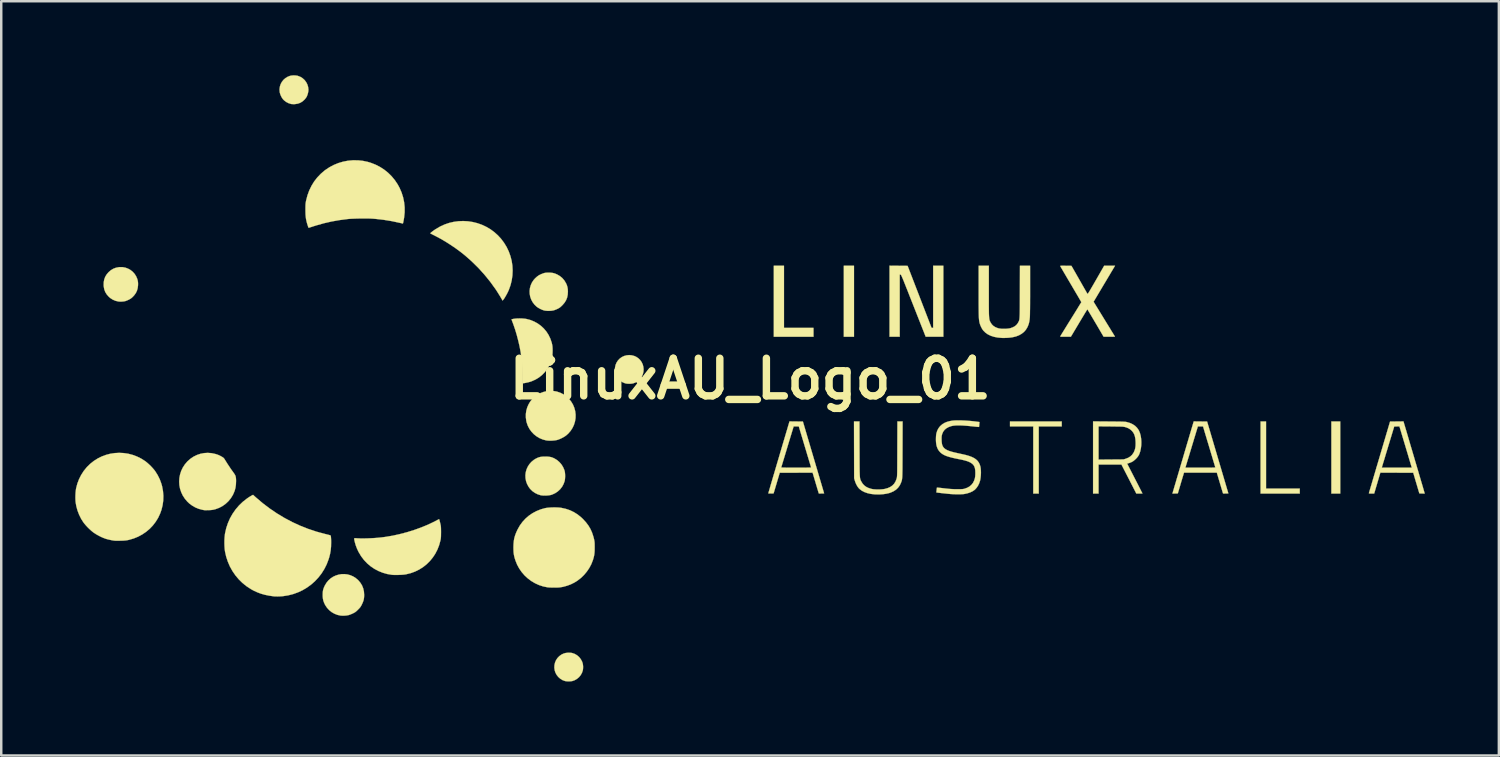
<source format=kicad_pcb>
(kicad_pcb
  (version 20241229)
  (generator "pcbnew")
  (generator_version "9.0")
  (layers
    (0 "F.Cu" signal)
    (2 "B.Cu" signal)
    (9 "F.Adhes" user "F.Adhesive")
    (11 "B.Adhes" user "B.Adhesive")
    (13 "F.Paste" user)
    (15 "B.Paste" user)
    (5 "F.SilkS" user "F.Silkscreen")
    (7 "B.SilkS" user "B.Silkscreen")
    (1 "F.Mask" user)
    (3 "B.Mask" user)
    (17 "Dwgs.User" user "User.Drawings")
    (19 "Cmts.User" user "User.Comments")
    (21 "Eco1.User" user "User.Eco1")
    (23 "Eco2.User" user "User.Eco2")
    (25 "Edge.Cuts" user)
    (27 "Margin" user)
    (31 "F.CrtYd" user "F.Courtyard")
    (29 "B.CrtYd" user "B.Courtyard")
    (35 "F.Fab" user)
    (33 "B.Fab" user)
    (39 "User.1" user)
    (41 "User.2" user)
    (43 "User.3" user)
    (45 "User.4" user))
  (footprint "LinuxAU_Logo_01"
    (layer "F.Cu")
    (at 27.352 12.301)
    (property "Reference" "LinuxAU_Logo_01" (at 0 0 0) (layer "F.SilkS") (effects (font (size 1.524 1.524) (thickness 0.3))))
    (attr through_hole)
    (fp_poly (pts (xy -11.603 -9.466) (xy -11.562 -9.46) (xy -11.406 -9.424) (xy -11.258 -9.37) (xy -11.12 -9.298) (xy -10.992 -9.21) (xy -10.876 -9.107) (xy -10.773 -8.991) (xy -10.686 -8.862) (xy -10.614 -8.723) (xy -10.56 -8.574) (xy -10.535 -8.474) (xy -10.522 -8.387) (xy -10.515 -8.288) (xy -10.514 -8.184) (xy -10.518 -8.084) (xy -10.529 -7.996) (xy -10.529 -7.991) (xy -10.566 -7.84) (xy -10.622 -7.695) (xy -10.696 -7.559) (xy -10.785 -7.433) (xy -10.889 -7.318) (xy -11.006 -7.217) (xy -11.135 -7.13) (xy -11.274 -7.06) (xy -11.421 -7.008) (xy -11.435 -7.004) (xy -11.585 -6.973) (xy -11.733 -6.96) (xy -11.886 -6.965) (xy -11.914 -6.968) (xy -12.061 -6.994) (xy -12.207 -7.039) (xy -12.347 -7.102) (xy -12.479 -7.181) (xy -12.601 -7.274) (xy -12.709 -7.381) (xy -12.781 -7.471) (xy -12.869 -7.609) (xy -12.936 -7.749) (xy -12.984 -7.895) (xy -13.013 -8.047) (xy -13.023 -8.21) (xy -13.023 -8.222) (xy -13.013 -8.382) (xy -12.984 -8.536) (xy -12.937 -8.683) (xy -12.873 -8.82) (xy -12.794 -8.947) (xy -12.701 -9.063) (xy -12.596 -9.167) (xy -12.478 -9.258) (xy -12.351 -9.335) (xy -12.214 -9.396) (xy -12.07 -9.441) (xy -11.919 -9.468) (xy -11.763 -9.477) (xy -11.603 -9.466)) (stroke (width 0.01) (type solid)) (fill yes) (layer "F.Mask"))
    (fp_poly (pts (xy -5.412 1.344) (xy -5.304 1.355) (xy -5.202 1.374) (xy -5.097 1.403) (xy -5.061 1.415) (xy -4.901 1.479) (xy -4.751 1.561) (xy -4.612 1.66) (xy -4.486 1.774) (xy -4.374 1.901) (xy -4.276 2.04) (xy -4.195 2.191) (xy -4.132 2.35) (xy -4.087 2.518) (xy -4.08 2.552) (xy -4.07 2.627) (xy -4.064 2.716) (xy -4.062 2.811) (xy -4.063 2.906) (xy -4.069 2.994) (xy -4.079 3.069) (xy -4.081 3.075) (xy -4.125 3.249) (xy -4.187 3.413) (xy -4.265 3.566) (xy -4.36 3.708) (xy -4.47 3.836) (xy -4.593 3.951) (xy -4.728 4.05) (xy -4.875 4.134) (xy -5.033 4.2) (xy -5.2 4.249) (xy -5.357 4.277) (xy -5.418 4.282) (xy -5.491 4.285) (xy -5.566 4.286) (xy -5.637 4.284) (xy -5.686 4.281) (xy -5.861 4.252) (xy -6.029 4.203) (xy -6.189 4.134) (xy -6.34 4.048) (xy -6.48 3.942) (xy -6.575 3.855) (xy -6.691 3.724) (xy -6.789 3.586) (xy -6.868 3.441) (xy -6.929 3.291) (xy -6.973 3.137) (xy -6.999 2.981) (xy -7.008 2.824) (xy -7.001 2.668) (xy -6.977 2.514) (xy -6.938 2.362) (xy -6.883 2.216) (xy -6.812 2.076) (xy -6.727 1.944) (xy -6.627 1.82) (xy -6.513 1.707) (xy -6.384 1.606) (xy -6.243 1.519) (xy -6.087 1.446) (xy -6 1.413) (xy -5.893 1.381) (xy -5.791 1.359) (xy -5.686 1.346) (xy -5.571 1.341) (xy -5.532 1.341) (xy -5.412 1.344)) (stroke (width 0.01) (type solid)) (fill yes) (layer "F.Mask"))
    (fp_poly (pts (xy -11.34 7.234) (xy -11.265 7.239) (xy -11.247 7.241) (xy -11.051 7.275) (xy -10.862 7.328) (xy -10.681 7.399) (xy -10.509 7.487) (xy -10.347 7.592) (xy -10.197 7.712) (xy -10.059 7.845) (xy -9.935 7.992) (xy -9.826 8.151) (xy -9.733 8.32) (xy -9.657 8.5) (xy -9.6 8.688) (xy -9.589 8.736) (xy -9.554 8.939) (xy -9.54 9.141) (xy -9.548 9.341) (xy -9.576 9.538) (xy -9.625 9.732) (xy -9.695 9.923) (xy -9.751 10.044) (xy -9.852 10.22) (xy -9.968 10.382) (xy -10.1 10.53) (xy -10.247 10.664) (xy -10.408 10.783) (xy -10.583 10.885) (xy -10.625 10.906) (xy -10.811 10.986) (xy -11.003 11.045) (xy -11.2 11.084) (xy -11.401 11.103) (xy -11.605 11.101) (xy -11.676 11.095) (xy -11.864 11.067) (xy -12.05 11.019) (xy -12.232 10.952) (xy -12.407 10.868) (xy -12.572 10.768) (xy -12.726 10.653) (xy -12.866 10.524) (xy -12.944 10.44) (xy -13.065 10.282) (xy -13.171 10.114) (xy -13.259 9.937) (xy -13.328 9.754) (xy -13.378 9.566) (xy -13.405 9.403) (xy -13.412 9.313) (xy -13.414 9.211) (xy -13.413 9.102) (xy -13.407 8.993) (xy -13.397 8.891) (xy -13.384 8.8) (xy -13.379 8.771) (xy -13.327 8.575) (xy -13.256 8.388) (xy -13.168 8.212) (xy -13.064 8.046) (xy -12.944 7.893) (xy -12.809 7.754) (xy -12.66 7.628) (xy -12.499 7.517) (xy -12.326 7.422) (xy -12.142 7.344) (xy -11.948 7.284) (xy -11.852 7.262) (xy -11.787 7.252) (xy -11.706 7.243) (xy -11.616 7.237) (xy -11.521 7.234) (xy -11.427 7.233) (xy -11.34 7.234)) (stroke (width 0.01) (type solid)) (fill yes) (layer "F.Mask"))
    (fp_poly (pts (xy -21.751 -10.513) (xy -21.668 -10.51) (xy -21.598 -10.505) (xy -21.578 -10.503) (xy -21.358 -10.466) (xy -21.146 -10.409) (xy -20.94 -10.332) (xy -20.743 -10.236) (xy -20.554 -10.12) (xy -20.416 -10.019) (xy -20.359 -9.971) (xy -20.294 -9.911) (xy -20.225 -9.842) (xy -20.157 -9.771) (xy -20.094 -9.701) (xy -20.04 -9.637) (xy -20.02 -9.61) (xy -19.899 -9.431) (xy -19.797 -9.245) (xy -19.714 -9.052) (xy -19.65 -8.854) (xy -19.604 -8.652) (xy -19.577 -8.448) (xy -19.568 -8.243) (xy -19.577 -8.038) (xy -19.604 -7.835) (xy -19.65 -7.635) (xy -19.713 -7.44) (xy -19.795 -7.25) (xy -19.894 -7.068) (xy -20.011 -6.894) (xy -20.145 -6.73) (xy -20.222 -6.649) (xy -20.387 -6.498) (xy -20.561 -6.367) (xy -20.745 -6.254) (xy -20.938 -6.159) (xy -21.14 -6.084) (xy -21.349 -6.028) (xy -21.565 -5.992) (xy -21.788 -5.976) (xy -22.017 -5.979) (xy -22.07 -5.983) (xy -22.284 -6.01) (xy -22.492 -6.057) (xy -22.695 -6.123) (xy -22.889 -6.208) (xy -23.075 -6.311) (xy -23.251 -6.431) (xy -23.415 -6.567) (xy -23.567 -6.719) (xy -23.706 -6.885) (xy -23.818 -7.048) (xy -23.914 -7.219) (xy -23.996 -7.402) (xy -24.062 -7.595) (xy -24.113 -7.793) (xy -24.136 -7.926) (xy -24.145 -8.01) (xy -24.151 -8.108) (xy -24.154 -8.214) (xy -24.153 -8.321) (xy -24.15 -8.424) (xy -24.143 -8.516) (xy -24.136 -8.571) (xy -24.101 -8.753) (xy -24.055 -8.924) (xy -23.995 -9.09) (xy -23.928 -9.24) (xy -23.824 -9.431) (xy -23.703 -9.61) (xy -23.567 -9.775) (xy -23.417 -9.925) (xy -23.254 -10.061) (xy -23.079 -10.18) (xy -22.893 -10.283) (xy -22.697 -10.368) (xy -22.493 -10.434) (xy -22.281 -10.482) (xy -22.178 -10.497) (xy -22.11 -10.504) (xy -22.028 -10.509) (xy -21.937 -10.512) (xy -21.843 -10.513) (xy -21.751 -10.513)) (stroke (width 0.01) (type solid)) (fill yes) (layer "F.Mask"))
    (fp_poly (pts (xy -23.947 -2.757) (xy -23.855 -2.754) (xy -23.774 -2.75) (xy -23.717 -2.744) (xy -23.477 -2.703) (xy -23.247 -2.642) (xy -23.027 -2.563) (xy -22.816 -2.465) (xy -22.614 -2.348) (xy -22.419 -2.211) (xy -22.26 -2.079) (xy -22.215 -2.037) (xy -22.168 -1.99) (xy -22.12 -1.941) (xy -22.074 -1.891) (xy -22.033 -1.845) (xy -21.998 -1.804) (xy -21.973 -1.771) (xy -21.96 -1.749) (xy -21.959 -1.744) (xy -21.961 -1.727) (xy -21.968 -1.695) (xy -21.979 -1.649) (xy -21.992 -1.595) (xy -22 -1.559) (xy -22.08 -1.198) (xy -22.138 -0.838) (xy -22.176 -0.479) (xy -22.192 -0.119) (xy -22.187 0.241) (xy -22.161 0.602) (xy -22.154 0.672) (xy -22.131 0.85) (xy -22.101 1.04) (xy -22.065 1.234) (xy -22.024 1.426) (xy -22.012 1.476) (xy -21.99 1.57) (xy -22.02 1.608) (xy -22.048 1.642) (xy -22.09 1.687) (xy -22.14 1.738) (xy -22.195 1.792) (xy -22.253 1.846) (xy -22.308 1.896) (xy -22.357 1.938) (xy -22.372 1.95) (xy -22.564 2.09) (xy -22.766 2.211) (xy -22.978 2.315) (xy -23.198 2.399) (xy -23.425 2.464) (xy -23.657 2.508) (xy -23.699 2.514) (xy -23.768 2.521) (xy -23.854 2.526) (xy -23.949 2.529) (xy -24.05 2.529) (xy -24.149 2.528) (xy -24.243 2.525) (xy -24.326 2.519) (xy -24.384 2.513) (xy -24.611 2.472) (xy -24.835 2.411) (xy -25.053 2.331) (xy -25.263 2.233) (xy -25.463 2.118) (xy -25.62 2.009) (xy -25.803 1.859) (xy -25.97 1.695) (xy -26.122 1.518) (xy -26.256 1.328) (xy -26.374 1.128) (xy -26.474 0.916) (xy -26.555 0.695) (xy -26.618 0.465) (xy -26.657 0.265) (xy -26.665 0.193) (xy -26.671 0.105) (xy -26.675 0.006) (xy -26.676 -0.098) (xy -26.676 -0.203) (xy -26.672 -0.304) (xy -26.667 -0.395) (xy -26.659 -0.471) (xy -26.657 -0.487) (xy -26.61 -0.726) (xy -26.545 -0.955) (xy -26.462 -1.172) (xy -26.361 -1.379) (xy -26.242 -1.577) (xy -26.103 -1.764) (xy -25.946 -1.943) (xy -25.903 -1.986) (xy -25.728 -2.147) (xy -25.543 -2.29) (xy -25.348 -2.414) (xy -25.143 -2.52) (xy -24.929 -2.607) (xy -24.703 -2.675) (xy -24.467 -2.726) (xy -24.389 -2.738) (xy -24.321 -2.746) (xy -24.237 -2.752) (xy -24.143 -2.755) (xy -24.045 -2.757) (xy -23.947 -2.757)) (stroke (width 0.01) (type solid)) (fill yes) (layer "F.Mask"))
    (fp_poly (pts (xy 4.203 -1.705) (xy 3.79 -1.705) (xy 3.79 -4.584) (xy 4.203 -4.584) (xy 4.203 -1.705)) (stroke (width 0.01) (type solid)) (fill yes) (layer "F.SilkS"))
    (fp_poly (pts (xy 23.907 4.648) (xy 23.547 4.648) (xy 23.547 1.726) (xy 23.907 1.726) (xy 23.907 4.648)) (stroke (width 0.01) (type solid)) (fill yes) (layer "F.SilkS"))
    (fp_poly (pts (xy 1.366 -2.065) (xy 2.562 -2.065) (xy 2.562 -1.705) (xy 0.953 -1.705) (xy 0.953 -4.584) (xy 1.366 -4.584) (xy 1.366 -2.065)) (stroke (width 0.01) (type solid)) (fill yes) (layer "F.SilkS"))
    (fp_poly (pts (xy 20.9 4.447) (xy 22.266 4.447) (xy 22.266 4.648) (xy 20.678 4.648) (xy 20.678 1.726) (xy 20.9 1.726) (xy 20.9 4.447)) (stroke (width 0.01) (type solid)) (fill yes) (layer "F.SilkS"))
    (fp_poly (pts (xy 12.621 1.927) (xy 11.689 1.927) (xy 11.689 4.648) (xy 11.467 4.648) (xy 11.467 1.927) (xy 10.524 1.927) (xy 10.524 1.726) (xy 12.621 1.726) (xy 12.621 1.927)) (stroke (width 0.01) (type solid)) (fill yes) (layer "F.SilkS"))
    (fp_poly (pts (xy 6.376 -4.579) (xy 6.86 -3.325) (xy 7.344 -2.07) (xy 7.378 -2.067) (xy 7.411 -2.063) (xy 7.411 -4.584) (xy 7.824 -4.584) (xy 7.824 -1.705) (xy 7.109 -1.705) (xy 6.612 -2.965) (xy 6.54 -3.148) (xy 6.475 -3.312) (xy 6.417 -3.459) (xy 6.366 -3.59) (xy 6.32 -3.704) (xy 6.281 -3.804) (xy 6.246 -3.89) (xy 6.217 -3.964) (xy 6.191 -4.026) (xy 6.17 -4.077) (xy 6.152 -4.118) (xy 6.138 -4.151) (xy 6.126 -4.177) (xy 6.116 -4.195) (xy 6.109 -4.208) (xy 6.103 -4.217) (xy 6.097 -4.222) (xy 6.093 -4.224) (xy 6.088 -4.224) (xy 6.086 -4.225) (xy 6.056 -4.225) (xy 6.056 -1.705) (xy 5.643 -1.705) (xy 5.643 -4.585) (xy 6.376 -4.579)) (stroke (width 0.01) (type solid)) (fill yes) (layer "F.SilkS"))
    (fp_poly (pts (xy -4.805 -0.954) (xy -4.701 -0.927) (xy -4.626 -0.894) (xy -4.538 -0.836) (xy -4.464 -0.764) (xy -4.404 -0.682) (xy -4.36 -0.59) (xy -4.333 -0.493) (xy -4.322 -0.392) (xy -4.328 -0.289) (xy -4.352 -0.188) (xy -4.394 -0.091) (xy -4.419 -0.05) (xy -4.484 0.029) (xy -4.563 0.096) (xy -4.653 0.15) (xy -4.749 0.185) (xy -4.749 0.185) (xy -4.807 0.195) (xy -4.876 0.2) (xy -4.948 0.199) (xy -5.014 0.193) (xy -5.069 0.182) (xy -5.072 0.181) (xy -5.176 0.137) (xy -5.269 0.078) (xy -5.347 0.004) (xy -5.396 -0.06) (xy -5.443 -0.151) (xy -5.472 -0.252) (xy -5.485 -0.357) (xy -5.48 -0.462) (xy -5.458 -0.564) (xy -5.42 -0.656) (xy -5.361 -0.746) (xy -5.288 -0.822) (xy -5.204 -0.882) (xy -5.111 -0.926) (xy -5.012 -0.953) (xy -4.909 -0.963) (xy -4.805 -0.954)) (stroke (width 0.01) (type solid)) (fill yes) (layer "F.SilkS"))
    (fp_poly (pts (xy -7.235 11.106) (xy -7.21 11.112) (xy -7.107 11.149) (xy -7.015 11.204) (xy -6.934 11.275) (xy -6.867 11.36) (xy -6.815 11.457) (xy -6.792 11.524) (xy -6.78 11.583) (xy -6.774 11.654) (xy -6.775 11.728) (xy -6.782 11.795) (xy -6.787 11.817) (xy -6.821 11.916) (xy -6.873 12.008) (xy -6.94 12.089) (xy -7.021 12.157) (xy -7.113 12.211) (xy -7.207 12.245) (xy -7.26 12.254) (xy -7.324 12.259) (xy -7.393 12.259) (xy -7.457 12.254) (xy -7.509 12.245) (xy -7.511 12.244) (xy -7.61 12.207) (xy -7.7 12.151) (xy -7.78 12.08) (xy -7.846 11.997) (xy -7.896 11.903) (xy -7.925 11.815) (xy -7.94 11.706) (xy -7.935 11.6) (xy -7.912 11.497) (xy -7.871 11.401) (xy -7.813 11.314) (xy -7.74 11.238) (xy -7.654 11.175) (xy -7.562 11.131) (xy -7.488 11.11) (xy -7.403 11.099) (xy -7.316 11.097) (xy -7.235 11.106)) (stroke (width 0.01) (type solid)) (fill yes) (layer "F.SilkS"))
    (fp_poly (pts (xy -18.431 -12.293) (xy -18.359 -12.284) (xy -18.333 -12.277) (xy -18.23 -12.237) (xy -18.139 -12.18) (xy -18.06 -12.108) (xy -17.996 -12.023) (xy -17.947 -11.929) (xy -17.916 -11.826) (xy -17.904 -11.717) (xy -17.904 -11.709) (xy -17.909 -11.648) (xy -17.923 -11.579) (xy -17.943 -11.509) (xy -17.967 -11.447) (xy -17.975 -11.432) (xy -17.998 -11.396) (xy -18.029 -11.354) (xy -18.06 -11.317) (xy -18.142 -11.243) (xy -18.231 -11.188) (xy -18.329 -11.152) (xy -18.437 -11.134) (xy -18.465 -11.132) (xy -18.515 -11.132) (xy -18.561 -11.133) (xy -18.598 -11.136) (xy -18.608 -11.138) (xy -18.71 -11.17) (xy -18.806 -11.22) (xy -18.891 -11.285) (xy -18.935 -11.33) (xy -18.976 -11.387) (xy -19.014 -11.457) (xy -19.045 -11.533) (xy -19.066 -11.605) (xy -19.069 -11.624) (xy -19.076 -11.733) (xy -19.062 -11.839) (xy -19.031 -11.939) (xy -18.982 -12.031) (xy -18.918 -12.113) (xy -18.839 -12.183) (xy -18.748 -12.239) (xy -18.65 -12.277) (xy -18.585 -12.29) (xy -18.509 -12.296) (xy -18.431 -12.293)) (stroke (width 0.01) (type solid)) (fill yes) (layer "F.SilkS"))
    (fp_poly (pts (xy -25.43 -4.526) (xy -25.317 -4.504) (xy -25.21 -4.464) (xy -25.111 -4.408) (xy -25.022 -4.337) (xy -24.946 -4.252) (xy -24.885 -4.155) (xy -24.839 -4.048) (xy -24.822 -3.986) (xy -24.812 -3.927) (xy -24.808 -3.866) (xy -24.809 -3.792) (xy -24.809 -3.792) (xy -24.823 -3.676) (xy -24.852 -3.571) (xy -24.899 -3.475) (xy -24.965 -3.383) (xy -25.016 -3.328) (xy -25.064 -3.283) (xy -25.108 -3.25) (xy -25.158 -3.221) (xy -25.191 -3.204) (xy -25.238 -3.183) (xy -25.284 -3.164) (xy -25.322 -3.151) (xy -25.336 -3.147) (xy -25.401 -3.136) (xy -25.475 -3.13) (xy -25.549 -3.13) (xy -25.609 -3.135) (xy -25.726 -3.163) (xy -25.836 -3.211) (xy -25.938 -3.277) (xy -26.003 -3.336) (xy -26.08 -3.425) (xy -26.138 -3.521) (xy -26.177 -3.625) (xy -26.198 -3.739) (xy -26.202 -3.792) (xy -26.199 -3.917) (xy -26.177 -4.032) (xy -26.137 -4.138) (xy -26.077 -4.236) (xy -26.004 -4.32) (xy -25.912 -4.4) (xy -25.812 -4.461) (xy -25.703 -4.502) (xy -25.584 -4.525) (xy -25.548 -4.528) (xy -25.43 -4.526)) (stroke (width 0.01) (type solid)) (fill yes) (layer "F.SilkS"))
    (fp_poly (pts (xy -7.956 0.496) (xy -7.861 0.511) (xy -7.83 0.519) (xy -7.694 0.565) (xy -7.567 0.63) (xy -7.452 0.711) (xy -7.348 0.808) (xy -7.259 0.919) (xy -7.185 1.041) (xy -7.13 1.174) (xy -7.093 1.312) (xy -7.077 1.452) (xy -7.08 1.592) (xy -7.103 1.73) (xy -7.144 1.863) (xy -7.203 1.989) (xy -7.279 2.107) (xy -7.372 2.215) (xy -7.459 2.293) (xy -7.526 2.34) (xy -7.607 2.386) (xy -7.693 2.428) (xy -7.778 2.462) (xy -7.83 2.478) (xy -7.9 2.492) (xy -7.983 2.501) (xy -8.072 2.506) (xy -8.159 2.505) (xy -8.237 2.499) (xy -8.27 2.494) (xy -8.409 2.457) (xy -8.54 2.402) (xy -8.66 2.33) (xy -8.769 2.244) (xy -8.865 2.143) (xy -8.947 2.03) (xy -9.012 1.907) (xy -9.059 1.775) (xy -9.075 1.71) (xy -9.094 1.566) (xy -9.094 1.424) (xy -9.075 1.287) (xy -9.037 1.155) (xy -8.983 1.031) (xy -8.912 0.915) (xy -8.827 0.81) (xy -8.728 0.717) (xy -8.617 0.638) (xy -8.493 0.573) (xy -8.359 0.525) (xy -8.255 0.502) (xy -8.162 0.491) (xy -8.06 0.49) (xy -7.956 0.496)) (stroke (width 0.01) (type solid)) (fill yes) (layer "F.SilkS"))
    (fp_poly (pts (xy -8.217 3.152) (xy -8.142 3.159) (xy -8.077 3.171) (xy -8.014 3.191) (xy -7.949 3.22) (xy -7.931 3.229) (xy -7.827 3.293) (xy -7.734 3.374) (xy -7.652 3.468) (xy -7.586 3.574) (xy -7.536 3.689) (xy -7.521 3.737) (xy -7.51 3.795) (xy -7.504 3.866) (xy -7.502 3.944) (xy -7.505 4.022) (xy -7.512 4.091) (xy -7.521 4.14) (xy -7.565 4.262) (xy -7.626 4.374) (xy -7.704 4.474) (xy -7.797 4.56) (xy -7.903 4.632) (xy -8.022 4.687) (xy -8.063 4.701) (xy -8.118 4.714) (xy -8.187 4.723) (xy -8.264 4.729) (xy -8.342 4.73) (xy -8.415 4.727) (xy -8.476 4.72) (xy -8.488 4.718) (xy -8.612 4.679) (xy -8.726 4.622) (xy -8.83 4.549) (xy -8.92 4.46) (xy -8.983 4.375) (xy -9.044 4.262) (xy -9.086 4.144) (xy -9.108 4.024) (xy -9.112 3.904) (xy -9.098 3.785) (xy -9.066 3.67) (xy -9.017 3.561) (xy -8.952 3.459) (xy -8.871 3.367) (xy -8.775 3.287) (xy -8.693 3.236) (xy -8.626 3.203) (xy -8.563 3.179) (xy -8.499 3.163) (xy -8.427 3.154) (xy -8.343 3.15) (xy -8.306 3.15) (xy -8.217 3.152)) (stroke (width 0.01) (type solid)) (fill yes) (layer "F.SilkS"))
    (fp_poly (pts (xy -8.088 -4.301) (xy -8.015 -4.293) (xy -7.949 -4.278) (xy -7.882 -4.254) (xy -7.819 -4.226) (xy -7.712 -4.163) (xy -7.617 -4.084) (xy -7.535 -3.989) (xy -7.469 -3.879) (xy -7.464 -3.87) (xy -7.43 -3.792) (xy -7.408 -3.716) (xy -7.395 -3.636) (xy -7.39 -3.545) (xy -7.39 -3.53) (xy -7.398 -3.405) (xy -7.422 -3.291) (xy -7.463 -3.187) (xy -7.523 -3.089) (xy -7.602 -2.995) (xy -7.618 -2.979) (xy -7.664 -2.935) (xy -7.701 -2.902) (xy -7.737 -2.876) (xy -7.776 -2.854) (xy -7.815 -2.834) (xy -7.867 -2.811) (xy -7.922 -2.79) (xy -7.972 -2.774) (xy -7.991 -2.77) (xy -8.059 -2.759) (xy -8.14 -2.755) (xy -8.223 -2.755) (xy -8.301 -2.762) (xy -8.343 -2.769) (xy -8.402 -2.787) (xy -8.47 -2.814) (xy -8.54 -2.849) (xy -8.605 -2.887) (xy -8.658 -2.925) (xy -8.659 -2.926) (xy -8.749 -3.013) (xy -8.822 -3.111) (xy -8.878 -3.217) (xy -8.917 -3.329) (xy -8.938 -3.445) (xy -8.942 -3.562) (xy -8.928 -3.679) (xy -8.896 -3.793) (xy -8.847 -3.902) (xy -8.779 -4.004) (xy -8.719 -4.072) (xy -8.643 -4.141) (xy -8.566 -4.196) (xy -8.481 -4.239) (xy -8.402 -4.27) (xy -8.359 -4.284) (xy -8.323 -4.293) (xy -8.287 -4.299) (xy -8.246 -4.302) (xy -8.192 -4.303) (xy -8.174 -4.303) (xy -8.088 -4.301)) (stroke (width 0.01) (type solid)) (fill yes) (layer "F.SilkS"))
    (fp_poly (pts (xy -16.328 7.925) (xy -16.21 7.956) (xy -16.098 8.004) (xy -15.991 8.07) (xy -15.892 8.154) (xy -15.886 8.159) (xy -15.8 8.261) (xy -15.732 8.371) (xy -15.684 8.49) (xy -15.655 8.618) (xy -15.646 8.754) (xy -15.646 8.756) (xy -15.649 8.844) (xy -15.658 8.92) (xy -15.676 8.993) (xy -15.705 9.069) (xy -15.736 9.137) (xy -15.761 9.186) (xy -15.784 9.226) (xy -15.808 9.26) (xy -15.839 9.296) (xy -15.881 9.339) (xy -15.892 9.35) (xy -15.937 9.394) (xy -15.973 9.427) (xy -16.006 9.452) (xy -16.042 9.474) (xy -16.087 9.497) (xy -16.104 9.506) (xy -16.157 9.529) (xy -16.21 9.551) (xy -16.258 9.568) (xy -16.284 9.575) (xy -16.361 9.589) (xy -16.448 9.596) (xy -16.534 9.597) (xy -16.605 9.592) (xy -16.732 9.564) (xy -16.851 9.517) (xy -16.963 9.453) (xy -17.063 9.372) (xy -17.15 9.278) (xy -17.222 9.171) (xy -17.247 9.123) (xy -17.28 9.047) (xy -17.303 8.977) (xy -17.317 8.907) (xy -17.325 8.829) (xy -17.326 8.751) (xy -17.324 8.666) (xy -17.317 8.596) (xy -17.303 8.532) (xy -17.281 8.467) (xy -17.25 8.396) (xy -17.242 8.38) (xy -17.177 8.269) (xy -17.098 8.172) (xy -17.007 8.089) (xy -16.907 8.022) (xy -16.798 7.971) (xy -16.684 7.935) (xy -16.566 7.915) (xy -16.447 7.912) (xy -16.328 7.925)) (stroke (width 0.01) (type solid)) (fill yes) (layer "F.SilkS"))
    (fp_poly (pts (xy -9.24 -2.445) (xy -9.151 -2.438) (xy -9.074 -2.427) (xy -9.066 -2.425) (xy -8.903 -2.382) (xy -8.751 -2.319) (xy -8.609 -2.24) (xy -8.479 -2.145) (xy -8.362 -2.035) (xy -8.259 -1.912) (xy -8.172 -1.776) (xy -8.101 -1.628) (xy -8.047 -1.47) (xy -8.024 -1.371) (xy -8.016 -1.31) (xy -8.011 -1.235) (xy -8.009 -1.15) (xy -8.011 -1.063) (xy -8.016 -0.979) (xy -8.024 -0.905) (xy -8.033 -0.852) (xy -8.081 -0.69) (xy -8.147 -0.538) (xy -8.229 -0.397) (xy -8.327 -0.269) (xy -8.439 -0.154) (xy -8.565 -0.054) (xy -8.703 0.029) (xy -8.853 0.096) (xy -8.912 0.117) (xy -8.956 0.129) (xy -9.009 0.143) (xy -9.066 0.155) (xy -9.122 0.167) (xy -9.17 0.175) (xy -9.206 0.18) (xy -9.215 0.18) (xy -9.217 0.17) (xy -9.219 0.143) (xy -9.218 0.103) (xy -9.217 0.053) (xy -9.216 0.045) (xy -9.214 -0.057) (xy -9.215 -0.176) (xy -9.221 -0.308) (xy -9.23 -0.45) (xy -9.242 -0.597) (xy -9.258 -0.746) (xy -9.276 -0.893) (xy -9.297 -1.035) (xy -9.307 -1.096) (xy -9.349 -1.319) (xy -9.402 -1.547) (xy -9.462 -1.777) (xy -9.529 -2) (xy -9.602 -2.212) (xy -9.644 -2.323) (xy -9.658 -2.362) (xy -9.669 -2.392) (xy -9.673 -2.409) (xy -9.673 -2.411) (xy -9.662 -2.415) (xy -9.635 -2.421) (xy -9.598 -2.429) (xy -9.586 -2.431) (xy -9.514 -2.441) (xy -9.429 -2.447) (xy -9.335 -2.448) (xy -9.24 -2.445)) (stroke (width 0.01) (type solid)) (fill yes) (layer "F.SilkS"))
    (fp_poly (pts (xy -11.434 -6.383) (xy -11.244 -6.354) (xy -11.057 -6.307) (xy -10.875 -6.243) (xy -10.7 -6.161) (xy -10.532 -6.063) (xy -10.374 -5.947) (xy -10.226 -5.814) (xy -10.104 -5.682) (xy -9.98 -5.518) (xy -9.874 -5.345) (xy -9.787 -5.163) (xy -9.719 -4.975) (xy -9.669 -4.783) (xy -9.639 -4.586) (xy -9.629 -4.387) (xy -9.638 -4.188) (xy -9.667 -3.989) (xy -9.716 -3.792) (xy -9.783 -3.605) (xy -9.809 -3.547) (xy -9.839 -3.485) (xy -9.872 -3.422) (xy -9.907 -3.36) (xy -9.94 -3.303) (xy -9.972 -3.253) (xy -10 -3.214) (xy -10.022 -3.187) (xy -10.036 -3.176) (xy -10.037 -3.176) (xy -10.047 -3.183) (xy -10.048 -3.186) (xy -10.053 -3.199) (xy -10.068 -3.227) (xy -10.092 -3.267) (xy -10.121 -3.317) (xy -10.155 -3.373) (xy -10.192 -3.432) (xy -10.229 -3.492) (xy -10.266 -3.55) (xy -10.301 -3.603) (xy -10.32 -3.632) (xy -10.54 -3.937) (xy -10.776 -4.227) (xy -11.027 -4.504) (xy -11.293 -4.765) (xy -11.551 -4.993) (xy -11.732 -5.138) (xy -11.927 -5.282) (xy -12.131 -5.421) (xy -12.339 -5.554) (xy -12.547 -5.676) (xy -12.75 -5.784) (xy -12.813 -5.816) (xy -12.865 -5.842) (xy -12.91 -5.865) (xy -12.943 -5.883) (xy -12.963 -5.895) (xy -12.967 -5.899) (xy -12.956 -5.911) (xy -12.932 -5.933) (xy -12.896 -5.961) (xy -12.852 -5.994) (xy -12.803 -6.029) (xy -12.753 -6.063) (xy -12.74 -6.071) (xy -12.567 -6.172) (xy -12.386 -6.255) (xy -12.201 -6.318) (xy -12.011 -6.362) (xy -11.82 -6.387) (xy -11.627 -6.394) (xy -11.434 -6.383)) (stroke (width 0.01) (type solid)) (fill yes) (layer "F.SilkS"))
    (fp_poly (pts (xy -21.832 3.011) (xy -21.681 3.043) (xy -21.614 3.063) (xy -21.567 3.08) (xy -21.527 3.097) (xy -21.486 3.116) (xy -21.44 3.141) (xy -21.4 3.164) (xy -21.366 3.185) (xy -21.341 3.205) (xy -21.319 3.23) (xy -21.295 3.266) (xy -21.279 3.293) (xy -21.231 3.37) (xy -21.176 3.457) (xy -21.116 3.547) (xy -21.057 3.636) (xy -21 3.717) (xy -20.951 3.785) (xy -20.947 3.79) (xy -20.909 3.844) (xy -20.88 3.89) (xy -20.86 3.934) (xy -20.848 3.98) (xy -20.841 4.033) (xy -20.837 4.099) (xy -20.837 4.157) (xy -20.843 4.295) (xy -20.862 4.422) (xy -20.895 4.542) (xy -20.945 4.661) (xy -20.97 4.712) (xy -21.051 4.842) (xy -21.148 4.96) (xy -21.259 5.064) (xy -21.383 5.153) (xy -21.518 5.225) (xy -21.662 5.279) (xy -21.703 5.29) (xy -21.755 5.303) (xy -21.806 5.311) (xy -21.861 5.317) (xy -21.928 5.32) (xy -21.959 5.321) (xy -22.015 5.322) (xy -22.066 5.322) (xy -22.105 5.322) (xy -22.13 5.32) (xy -22.134 5.32) (xy -22.156 5.315) (xy -22.19 5.308) (xy -22.213 5.304) (xy -22.353 5.266) (xy -22.489 5.21) (xy -22.618 5.135) (xy -22.738 5.045) (xy -22.816 4.97) (xy -22.916 4.851) (xy -22.998 4.724) (xy -23.061 4.589) (xy -23.107 4.449) (xy -23.134 4.306) (xy -23.142 4.16) (xy -23.133 4.015) (xy -23.105 3.872) (xy -23.06 3.732) (xy -22.996 3.598) (xy -22.914 3.471) (xy -22.814 3.352) (xy -22.8 3.339) (xy -22.683 3.236) (xy -22.556 3.151) (xy -22.421 3.085) (xy -22.279 3.037) (xy -22.133 3.009) (xy -21.983 3) (xy -21.832 3.011)) (stroke (width 0.01) (type solid)) (fill yes) (layer "F.SilkS"))
    (fp_poly (pts (xy -12.6 5.71) (xy -12.594 5.73) (xy -12.585 5.765) (xy -12.573 5.811) (xy -12.561 5.861) (xy -12.551 5.905) (xy -12.543 5.942) (xy -12.538 5.978) (xy -12.535 6.015) (xy -12.533 6.06) (xy -12.532 6.115) (xy -12.531 6.186) (xy -12.531 6.215) (xy -12.532 6.296) (xy -12.533 6.361) (xy -12.535 6.412) (xy -12.539 6.456) (xy -12.544 6.495) (xy -12.552 6.534) (xy -12.555 6.549) (xy -12.606 6.737) (xy -12.675 6.915) (xy -12.761 7.083) (xy -12.863 7.238) (xy -12.98 7.381) (xy -13.111 7.511) (xy -13.254 7.625) (xy -13.41 7.724) (xy -13.577 7.807) (xy -13.753 7.872) (xy -13.939 7.918) (xy -13.981 7.926) (xy -14.037 7.933) (xy -14.109 7.939) (xy -14.19 7.943) (xy -14.276 7.946) (xy -14.359 7.947) (xy -14.435 7.946) (xy -14.499 7.943) (xy -14.52 7.941) (xy -14.709 7.909) (xy -14.892 7.857) (xy -15.066 7.787) (xy -15.23 7.7) (xy -15.384 7.596) (xy -15.525 7.476) (xy -15.654 7.34) (xy -15.767 7.191) (xy -15.865 7.028) (xy -15.876 7.009) (xy -15.936 6.88) (xy -15.986 6.749) (xy -16.023 6.621) (xy -16.034 6.573) (xy -16.045 6.522) (xy -16.05 6.488) (xy -16.047 6.468) (xy -16.034 6.458) (xy -16.006 6.456) (xy -15.962 6.459) (xy -15.927 6.462) (xy -15.814 6.467) (xy -15.685 6.468) (xy -15.544 6.466) (xy -15.395 6.46) (xy -15.242 6.452) (xy -15.089 6.44) (xy -14.94 6.425) (xy -14.801 6.407) (xy -14.786 6.405) (xy -14.493 6.356) (xy -14.197 6.291) (xy -13.903 6.213) (xy -13.612 6.122) (xy -13.329 6.02) (xy -13.058 5.908) (xy -12.802 5.786) (xy -12.718 5.742) (xy -12.61 5.684) (xy -12.6 5.71)) (stroke (width 0.01) (type solid)) (fill yes) (layer "F.SilkS"))
    (fp_poly (pts (xy -20.034 4.803) (xy -19.763 5.034) (xy -19.479 5.25) (xy -19.183 5.451) (xy -18.876 5.636) (xy -18.561 5.803) (xy -18.238 5.952) (xy -17.909 6.082) (xy -17.576 6.193) (xy -17.256 6.279) (xy -17.189 6.296) (xy -17.129 6.311) (xy -17.078 6.324) (xy -17.04 6.334) (xy -17.018 6.34) (xy -17.015 6.342) (xy -17.005 6.352) (xy -16.997 6.374) (xy -16.992 6.409) (xy -16.988 6.46) (xy -16.985 6.527) (xy -16.984 6.613) (xy -16.984 6.628) (xy -16.987 6.793) (xy -17.001 6.946) (xy -17.027 7.093) (xy -17.064 7.239) (xy -17.09 7.321) (xy -17.166 7.52) (xy -17.261 7.709) (xy -17.372 7.885) (xy -17.499 8.049) (xy -17.64 8.2) (xy -17.794 8.336) (xy -17.96 8.457) (xy -18.138 8.563) (xy -18.326 8.651) (xy -18.523 8.722) (xy -18.728 8.774) (xy -18.94 8.807) (xy -18.951 8.808) (xy -19.012 8.813) (xy -19.083 8.816) (xy -19.156 8.818) (xy -19.224 8.817) (xy -19.282 8.815) (xy -19.307 8.813) (xy -19.495 8.786) (xy -19.667 8.751) (xy -19.827 8.706) (xy -19.978 8.649) (xy -20.126 8.581) (xy -20.239 8.518) (xy -20.416 8.402) (xy -20.579 8.27) (xy -20.729 8.123) (xy -20.864 7.962) (xy -20.982 7.79) (xy -21.085 7.606) (xy -21.169 7.412) (xy -21.236 7.21) (xy -21.283 7.004) (xy -21.297 6.902) (xy -21.305 6.787) (xy -21.309 6.663) (xy -21.308 6.538) (xy -21.301 6.418) (xy -21.29 6.309) (xy -21.283 6.263) (xy -21.235 6.051) (xy -21.167 5.847) (xy -21.082 5.653) (xy -20.978 5.469) (xy -20.858 5.296) (xy -20.721 5.135) (xy -20.569 4.988) (xy -20.401 4.855) (xy -20.327 4.804) (xy -20.283 4.776) (xy -20.24 4.75) (xy -20.205 4.73) (xy -20.193 4.723) (xy -20.148 4.7) (xy -20.034 4.803)) (stroke (width 0.01) (type solid)) (fill yes) (layer "F.SilkS"))
    (fp_poly (pts (xy -25.387 3.008) (xy -25.205 3.035) (xy -25.027 3.082) (xy -24.852 3.147) (xy -24.682 3.231) (xy -24.521 3.333) (xy -24.448 3.39) (xy -24.369 3.46) (xy -24.289 3.537) (xy -24.214 3.617) (xy -24.148 3.695) (xy -24.116 3.738) (xy -24.012 3.902) (xy -23.926 4.076) (xy -23.86 4.258) (xy -23.834 4.352) (xy -23.798 4.545) (xy -23.782 4.738) (xy -23.787 4.93) (xy -23.813 5.12) (xy -23.859 5.308) (xy -23.912 5.456) (xy -23.993 5.63) (xy -24.092 5.791) (xy -24.207 5.941) (xy -24.336 6.077) (xy -24.48 6.198) (xy -24.636 6.304) (xy -24.804 6.395) (xy -24.983 6.468) (xy -25.172 6.523) (xy -25.216 6.533) (xy -25.265 6.542) (xy -25.318 6.549) (xy -25.377 6.554) (xy -25.449 6.557) (xy -25.522 6.559) (xy -25.588 6.56) (xy -25.648 6.56) (xy -25.7 6.56) (xy -25.739 6.559) (xy -25.76 6.558) (xy -25.828 6.548) (xy -25.906 6.533) (xy -25.987 6.515) (xy -26.062 6.497) (xy -26.123 6.479) (xy -26.214 6.445) (xy -26.315 6.401) (xy -26.417 6.348) (xy -26.515 6.293) (xy -26.601 6.236) (xy -26.628 6.217) (xy -26.703 6.156) (xy -26.782 6.084) (xy -26.861 6.006) (xy -26.934 5.926) (xy -26.997 5.85) (xy -27.023 5.815) (xy -27.117 5.667) (xy -27.197 5.505) (xy -27.262 5.335) (xy -27.31 5.16) (xy -27.338 4.995) (xy -27.344 4.913) (xy -27.347 4.818) (xy -27.345 4.717) (xy -27.34 4.617) (xy -27.331 4.523) (xy -27.319 4.443) (xy -27.317 4.432) (xy -27.268 4.246) (xy -27.2 4.066) (xy -27.113 3.894) (xy -27.009 3.732) (xy -26.888 3.583) (xy -26.881 3.575) (xy -26.744 3.441) (xy -26.597 3.325) (xy -26.441 3.226) (xy -26.276 3.144) (xy -26.106 3.081) (xy -25.93 3.035) (xy -25.75 3.008) (xy -25.569 2.999) (xy -25.387 3.008)) (stroke (width 0.01) (type solid)) (fill yes) (layer "F.SilkS"))
    (fp_poly (pts (xy -7.867 5.211) (xy -7.772 5.215) (xy -7.688 5.223) (xy -7.65 5.229) (xy -7.471 5.269) (xy -7.303 5.326) (xy -7.146 5.402) (xy -6.996 5.496) (xy -6.854 5.61) (xy -6.775 5.685) (xy -6.658 5.813) (xy -6.559 5.945) (xy -6.477 6.083) (xy -6.41 6.232) (xy -6.357 6.394) (xy -6.329 6.503) (xy -6.321 6.544) (xy -6.315 6.581) (xy -6.31 6.62) (xy -6.307 6.665) (xy -6.306 6.72) (xy -6.305 6.789) (xy -6.305 6.834) (xy -6.306 6.936) (xy -6.31 7.022) (xy -6.317 7.098) (xy -6.329 7.169) (xy -6.346 7.24) (xy -6.368 7.318) (xy -6.381 7.357) (xy -6.443 7.515) (xy -6.525 7.668) (xy -6.624 7.813) (xy -6.738 7.948) (xy -6.864 8.07) (xy -7.003 8.178) (xy -7.132 8.258) (xy -7.276 8.329) (xy -7.431 8.386) (xy -7.588 8.429) (xy -7.701 8.448) (xy -7.747 8.453) (xy -7.808 8.456) (xy -7.88 8.457) (xy -7.957 8.458) (xy -8.034 8.457) (xy -8.105 8.455) (xy -8.166 8.452) (xy -8.211 8.448) (xy -8.212 8.448) (xy -8.389 8.412) (xy -8.559 8.357) (xy -8.721 8.283) (xy -8.874 8.193) (xy -9.016 8.086) (xy -9.146 7.966) (xy -9.262 7.831) (xy -9.364 7.684) (xy -9.449 7.527) (xy -9.516 7.359) (xy -9.522 7.34) (xy -9.549 7.254) (xy -9.568 7.177) (xy -9.582 7.103) (xy -9.591 7.027) (xy -9.595 6.941) (xy -9.597 6.841) (xy -9.597 6.824) (xy -9.593 6.69) (xy -9.582 6.571) (xy -9.563 6.461) (xy -9.533 6.354) (xy -9.492 6.244) (xy -9.439 6.125) (xy -9.428 6.104) (xy -9.338 5.944) (xy -9.231 5.797) (xy -9.11 5.665) (xy -8.974 5.547) (xy -8.825 5.445) (xy -8.663 5.359) (xy -8.49 5.289) (xy -8.317 5.24) (xy -8.248 5.228) (xy -8.163 5.219) (xy -8.067 5.213) (xy -7.967 5.21) (xy -7.867 5.211)) (stroke (width 0.01) (type solid)) (fill yes) (layer "F.SilkS"))
    (fp_poly (pts (xy -15.903 -8.855) (xy -15.702 -8.834) (xy -15.503 -8.792) (xy -15.379 -8.755) (xy -15.186 -8.68) (xy -15.004 -8.587) (xy -14.834 -8.477) (xy -14.677 -8.351) (xy -14.533 -8.209) (xy -14.403 -8.052) (xy -14.289 -7.882) (xy -14.209 -7.734) (xy -14.128 -7.547) (xy -14.067 -7.353) (xy -14.026 -7.154) (xy -14.005 -6.952) (xy -14.005 -6.747) (xy -14.026 -6.54) (xy -14.045 -6.429) (xy -14.055 -6.379) (xy -14.064 -6.337) (xy -14.071 -6.307) (xy -14.074 -6.294) (xy -14.074 -6.293) (xy -14.085 -6.295) (xy -14.112 -6.301) (xy -14.153 -6.31) (xy -14.203 -6.321) (xy -14.23 -6.327) (xy -14.541 -6.393) (xy -14.857 -6.444) (xy -15.171 -6.48) (xy -15.304 -6.491) (xy -15.38 -6.495) (xy -15.473 -6.498) (xy -15.578 -6.499) (xy -15.69 -6.499) (xy -15.807 -6.498) (xy -15.923 -6.496) (xy -16.035 -6.492) (xy -16.139 -6.488) (xy -16.23 -6.483) (xy -16.305 -6.477) (xy -16.316 -6.475) (xy -16.647 -6.432) (xy -16.965 -6.376) (xy -17.275 -6.305) (xy -17.581 -6.219) (xy -17.696 -6.183) (xy -17.757 -6.163) (xy -17.81 -6.146) (xy -17.853 -6.133) (xy -17.883 -6.123) (xy -17.896 -6.12) (xy -17.896 -6.12) (xy -17.902 -6.129) (xy -17.912 -6.154) (xy -17.925 -6.189) (xy -17.929 -6.202) (xy -17.96 -6.301) (xy -17.983 -6.39) (xy -18.001 -6.475) (xy -18.013 -6.562) (xy -18.021 -6.655) (xy -18.024 -6.759) (xy -18.025 -6.856) (xy -18.025 -6.936) (xy -18.024 -7) (xy -18.022 -7.052) (xy -18.019 -7.095) (xy -18.015 -7.134) (xy -18.008 -7.173) (xy -18 -7.217) (xy -17.995 -7.237) (xy -17.942 -7.441) (xy -17.87 -7.636) (xy -17.78 -7.821) (xy -17.674 -7.994) (xy -17.55 -8.154) (xy -17.41 -8.302) (xy -17.255 -8.436) (xy -17.225 -8.459) (xy -17.056 -8.572) (xy -16.878 -8.667) (xy -16.692 -8.743) (xy -16.5 -8.8) (xy -16.303 -8.838) (xy -16.104 -8.856) (xy -15.903 -8.855)) (stroke (width 0.01) (type solid)) (fill yes) (layer "F.SilkS"))
    (fp_poly (pts (xy 26.479 1.76) (xy 26.484 1.777) (xy 26.494 1.812) (xy 26.51 1.864) (xy 26.53 1.932) (xy 26.554 2.015) (xy 26.583 2.11) (xy 26.614 2.217) (xy 26.649 2.335) (xy 26.686 2.46) (xy 26.725 2.594) (xy 26.766 2.733) (xy 26.809 2.876) (xy 26.852 3.022) (xy 26.896 3.17) (xy 26.939 3.319) (xy 26.983 3.466) (xy 27.025 3.61) (xy 27.067 3.75) (xy 27.106 3.885) (xy 27.144 4.013) (xy 27.179 4.132) (xy 27.212 4.242) (xy 27.241 4.341) (xy 27.266 4.427) (xy 27.287 4.499) (xy 27.303 4.555) (xy 27.315 4.595) (xy 27.321 4.616) (xy 27.322 4.619) (xy 27.329 4.649) (xy 27.221 4.646) (xy 27.112 4.643) (xy 26.988 4.225) (xy 26.864 3.806) (xy 25.532 3.801) (xy 25.422 4.174) (xy 25.396 4.262) (xy 25.372 4.344) (xy 25.349 4.42) (xy 25.33 4.486) (xy 25.314 4.54) (xy 25.303 4.578) (xy 25.297 4.598) (xy 25.282 4.648) (xy 25.173 4.648) (xy 25.123 4.648) (xy 25.092 4.646) (xy 25.075 4.643) (xy 25.068 4.638) (xy 25.068 4.63) (xy 25.068 4.629) (xy 25.072 4.617) (xy 25.081 4.586) (xy 25.095 4.537) (xy 25.115 4.471) (xy 25.139 4.389) (xy 25.168 4.293) (xy 25.2 4.183) (xy 25.236 4.061) (xy 25.275 3.928) (xy 25.317 3.786) (xy 25.362 3.634) (xy 25.372 3.6) (xy 25.59 3.6) (xy 26.806 3.6) (xy 26.77 3.481) (xy 26.761 3.45) (xy 26.747 3.402) (xy 26.727 3.337) (xy 26.703 3.258) (xy 26.676 3.166) (xy 26.646 3.064) (xy 26.613 2.954) (xy 26.578 2.838) (xy 26.542 2.717) (xy 26.52 2.644) (xy 26.305 1.927) (xy 26.2 1.929) (xy 26.094 1.932) (xy 25.848 2.742) (xy 25.81 2.869) (xy 25.773 2.99) (xy 25.738 3.105) (xy 25.707 3.21) (xy 25.678 3.306) (xy 25.652 3.389) (xy 25.631 3.459) (xy 25.615 3.514) (xy 25.603 3.553) (xy 25.597 3.573) (xy 25.596 3.576) (xy 25.59 3.6) (xy 25.372 3.6) (xy 25.409 3.475) (xy 25.458 3.31) (xy 25.499 3.171) (xy 25.925 1.731) (xy 26.196 1.728) (xy 26.468 1.725) (xy 26.479 1.76)) (stroke (width 0.01) (type solid)) (fill yes) (layer "F.SilkS"))
    (fp_poly (pts (xy 14.534 1.729) (xy 14.67 1.73) (xy 14.786 1.731) (xy 14.884 1.732) (xy 14.967 1.733) (xy 15.035 1.734) (xy 15.091 1.736) (xy 15.136 1.737) (xy 15.172 1.74) (xy 15.202 1.742) (xy 15.225 1.745) (xy 15.245 1.749) (xy 15.257 1.751) (xy 15.385 1.789) (xy 15.496 1.84) (xy 15.591 1.903) (xy 15.67 1.98) (xy 15.734 2.07) (xy 15.747 2.093) (xy 15.789 2.192) (xy 15.82 2.305) (xy 15.839 2.428) (xy 15.847 2.556) (xy 15.844 2.686) (xy 15.829 2.813) (xy 15.804 2.933) (xy 15.767 3.042) (xy 15.741 3.097) (xy 15.704 3.154) (xy 15.654 3.214) (xy 15.595 3.272) (xy 15.534 3.323) (xy 15.475 3.361) (xy 15.463 3.367) (xy 15.418 3.387) (xy 15.369 3.406) (xy 15.331 3.419) (xy 15.272 3.436) (xy 15.582 4.039) (xy 15.636 4.144) (xy 15.687 4.243) (xy 15.734 4.335) (xy 15.776 4.418) (xy 15.813 4.49) (xy 15.844 4.551) (xy 15.868 4.598) (xy 15.884 4.629) (xy 15.892 4.644) (xy 15.892 4.645) (xy 15.882 4.646) (xy 15.855 4.647) (xy 15.816 4.648) (xy 15.768 4.648) (xy 15.643 4.648) (xy 15.342 4.06) (xy 15.04 3.473) (xy 14.577 3.473) (xy 14.113 3.473) (xy 14.113 4.648) (xy 13.891 4.648) (xy 13.891 3.273) (xy 14.113 3.273) (xy 14.619 3.269) (xy 15.125 3.265) (xy 15.211 3.239) (xy 15.313 3.199) (xy 15.398 3.147) (xy 15.468 3.083) (xy 15.525 3.003) (xy 15.548 2.96) (xy 15.579 2.885) (xy 15.6 2.807) (xy 15.612 2.721) (xy 15.615 2.623) (xy 15.614 2.558) (xy 15.606 2.442) (xy 15.588 2.343) (xy 15.562 2.259) (xy 15.525 2.186) (xy 15.476 2.122) (xy 15.448 2.093) (xy 15.385 2.041) (xy 15.316 2) (xy 15.235 1.968) (xy 15.195 1.956) (xy 15.175 1.951) (xy 15.155 1.946) (xy 15.133 1.943) (xy 15.107 1.94) (xy 15.074 1.937) (xy 15.033 1.935) (xy 14.982 1.934) (xy 14.918 1.933) (xy 14.839 1.932) (xy 14.744 1.931) (xy 14.629 1.93) (xy 14.614 1.929) (xy 14.113 1.925) (xy 14.113 3.273) (xy 13.891 3.273) (xy 13.891 1.724) (xy 14.534 1.729)) (stroke (width 0.01) (type solid)) (fill yes) (layer "F.SilkS"))
    (fp_poly (pts (xy 4.428 2.851) (xy 4.429 3.034) (xy 4.429 3.197) (xy 4.43 3.341) (xy 4.43 3.468) (xy 4.431 3.579) (xy 4.432 3.675) (xy 4.433 3.758) (xy 4.435 3.828) (xy 4.437 3.888) (xy 4.44 3.938) (xy 4.443 3.979) (xy 4.447 4.013) (xy 4.452 4.042) (xy 4.457 4.066) (xy 4.464 4.086) (xy 4.471 4.105) (xy 4.48 4.123) (xy 4.49 4.141) (xy 4.501 4.161) (xy 4.506 4.172) (xy 4.558 4.254) (xy 4.623 4.322) (xy 4.701 4.379) (xy 4.795 4.424) (xy 4.907 4.459) (xy 4.913 4.46) (xy 4.981 4.473) (xy 5.065 4.48) (xy 5.157 4.484) (xy 5.252 4.482) (xy 5.343 4.476) (xy 5.425 4.466) (xy 5.453 4.46) (xy 5.571 4.427) (xy 5.672 4.382) (xy 5.757 4.324) (xy 5.827 4.253) (xy 5.882 4.167) (xy 5.923 4.066) (xy 5.932 4.037) (xy 5.935 4.024) (xy 5.939 4.011) (xy 5.942 3.996) (xy 5.944 3.98) (xy 5.946 3.959) (xy 5.948 3.934) (xy 5.95 3.903) (xy 5.951 3.864) (xy 5.953 3.816) (xy 5.954 3.758) (xy 5.955 3.689) (xy 5.955 3.608) (xy 5.956 3.512) (xy 5.956 3.402) (xy 5.957 3.274) (xy 5.957 3.13) (xy 5.958 2.966) (xy 5.958 2.84) (xy 5.962 1.726) (xy 6.173 1.726) (xy 6.17 2.867) (xy 6.169 3.05) (xy 6.169 3.214) (xy 6.168 3.359) (xy 6.167 3.487) (xy 6.167 3.599) (xy 6.166 3.696) (xy 6.164 3.78) (xy 6.163 3.851) (xy 6.161 3.912) (xy 6.159 3.964) (xy 6.156 4.007) (xy 6.152 4.043) (xy 6.148 4.074) (xy 6.144 4.1) (xy 6.138 4.123) (xy 6.132 4.144) (xy 6.124 4.166) (xy 6.116 4.187) (xy 6.107 4.211) (xy 6.105 4.217) (xy 6.055 4.322) (xy 5.988 4.413) (xy 5.905 4.492) (xy 5.805 4.557) (xy 5.688 4.609) (xy 5.621 4.631) (xy 5.51 4.656) (xy 5.384 4.674) (xy 5.25 4.683) (xy 5.112 4.684) (xy 5.025 4.679) (xy 4.879 4.662) (xy 4.746 4.631) (xy 4.626 4.588) (xy 4.521 4.534) (xy 4.434 4.468) (xy 4.395 4.43) (xy 4.349 4.37) (xy 4.305 4.295) (xy 4.266 4.211) (xy 4.236 4.124) (xy 4.233 4.113) (xy 4.209 4.029) (xy 4.206 2.877) (xy 4.203 1.726) (xy 4.425 1.726) (xy 4.428 2.851)) (stroke (width 0.01) (type solid)) (fill yes) (layer "F.SilkS"))
    (fp_poly (pts (xy 1.861 1.728) (xy 2.133 1.731) (xy 2.993 4.643) (xy 2.888 4.646) (xy 2.843 4.647) (xy 2.806 4.647) (xy 2.784 4.646) (xy 2.778 4.645) (xy 2.774 4.634) (xy 2.765 4.606) (xy 2.752 4.561) (xy 2.734 4.502) (xy 2.712 4.432) (xy 2.689 4.351) (xy 2.662 4.264) (xy 2.65 4.221) (xy 2.525 3.801) (xy 1.859 3.804) (xy 1.194 3.806) (xy 1.07 4.225) (xy 0.945 4.643) (xy 0.838 4.646) (xy 0.793 4.646) (xy 0.757 4.645) (xy 0.735 4.642) (xy 0.731 4.639) (xy 0.734 4.628) (xy 0.742 4.598) (xy 0.756 4.55) (xy 0.775 4.485) (xy 0.799 4.404) (xy 0.826 4.309) (xy 0.858 4.201) (xy 0.893 4.08) (xy 0.932 3.949) (xy 0.974 3.808) (xy 1.018 3.659) (xy 1.039 3.587) (xy 1.255 3.587) (xy 1.258 3.59) (xy 1.27 3.592) (xy 1.292 3.594) (xy 1.326 3.596) (xy 1.373 3.597) (xy 1.434 3.598) (xy 1.511 3.599) (xy 1.605 3.599) (xy 1.718 3.6) (xy 1.85 3.6) (xy 1.86 3.6) (xy 1.993 3.6) (xy 2.107 3.599) (xy 2.202 3.599) (xy 2.28 3.598) (xy 2.343 3.597) (xy 2.391 3.596) (xy 2.425 3.594) (xy 2.448 3.592) (xy 2.461 3.59) (xy 2.464 3.587) (xy 2.464 3.587) (xy 2.461 3.575) (xy 2.451 3.544) (xy 2.437 3.496) (xy 2.418 3.432) (xy 2.394 3.355) (xy 2.367 3.264) (xy 2.337 3.163) (xy 2.303 3.052) (xy 2.268 2.933) (xy 2.23 2.808) (xy 2.213 2.75) (xy 1.966 1.927) (xy 1.759 1.927) (xy 1.743 1.977) (xy 1.737 1.995) (xy 1.726 2.032) (xy 1.71 2.086) (xy 1.689 2.154) (xy 1.664 2.237) (xy 1.635 2.331) (xy 1.604 2.435) (xy 1.569 2.548) (xy 1.533 2.667) (xy 1.496 2.791) (xy 1.493 2.8) (xy 1.456 2.924) (xy 1.42 3.042) (xy 1.387 3.152) (xy 1.356 3.254) (xy 1.328 3.345) (xy 1.304 3.424) (xy 1.285 3.489) (xy 1.269 3.539) (xy 1.259 3.572) (xy 1.255 3.586) (xy 1.255 3.587) (xy 1.039 3.587) (xy 1.064 3.502) (xy 1.112 3.339) (xy 1.139 3.249) (xy 1.188 3.082) (xy 1.236 2.92) (xy 1.282 2.763) (xy 1.326 2.614) (xy 1.368 2.473) (xy 1.407 2.342) (xy 1.442 2.223) (xy 1.474 2.115) (xy 1.502 2.021) (xy 1.525 1.941) (xy 1.544 1.878) (xy 1.558 1.831) (xy 1.566 1.803) (xy 1.568 1.797) (xy 1.589 1.725) (xy 1.861 1.728)) (stroke (width 0.01) (type solid)) (fill yes) (layer "F.SilkS"))
    (fp_poly (pts (xy 9.667 -3.552) (xy 9.667 -3.373) (xy 9.667 -3.213) (xy 9.667 -3.073) (xy 9.667 -2.949) (xy 9.668 -2.842) (xy 9.669 -2.749) (xy 9.67 -2.669) (xy 9.672 -2.601) (xy 9.675 -2.544) (xy 9.678 -2.496) (xy 9.682 -2.456) (xy 9.686 -2.423) (xy 9.692 -2.395) (xy 9.698 -2.371) (xy 9.706 -2.35) (xy 9.715 -2.33) (xy 9.724 -2.31) (xy 9.735 -2.289) (xy 9.738 -2.284) (xy 9.789 -2.206) (xy 9.855 -2.142) (xy 9.937 -2.092) (xy 10.035 -2.053) (xy 10.058 -2.047) (xy 10.116 -2.036) (xy 10.187 -2.029) (xy 10.268 -2.027) (xy 10.35 -2.028) (xy 10.429 -2.034) (xy 10.498 -2.043) (xy 10.538 -2.052) (xy 10.637 -2.087) (xy 10.718 -2.13) (xy 10.783 -2.183) (xy 10.835 -2.248) (xy 10.852 -2.277) (xy 10.863 -2.297) (xy 10.872 -2.315) (xy 10.881 -2.332) (xy 10.888 -2.349) (xy 10.895 -2.368) (xy 10.901 -2.391) (xy 10.905 -2.417) (xy 10.909 -2.449) (xy 10.912 -2.488) (xy 10.915 -2.536) (xy 10.917 -2.593) (xy 10.919 -2.661) (xy 10.92 -2.741) (xy 10.921 -2.835) (xy 10.922 -2.943) (xy 10.922 -3.068) (xy 10.923 -3.21) (xy 10.923 -3.371) (xy 10.924 -3.518) (xy 10.927 -4.584) (xy 11.339 -4.584) (xy 11.339 -3.618) (xy 11.339 -3.473) (xy 11.339 -3.332) (xy 11.338 -3.195) (xy 11.338 -3.065) (xy 11.337 -2.944) (xy 11.336 -2.834) (xy 11.334 -2.735) (xy 11.333 -2.651) (xy 11.332 -2.583) (xy 11.33 -2.533) (xy 11.329 -2.504) (xy 11.319 -2.397) (xy 11.304 -2.306) (xy 11.283 -2.223) (xy 11.253 -2.144) (xy 11.227 -2.086) (xy 11.166 -1.986) (xy 11.089 -1.899) (xy 10.995 -1.825) (xy 10.887 -1.764) (xy 10.764 -1.717) (xy 10.627 -1.685) (xy 10.552 -1.674) (xy 10.477 -1.666) (xy 10.393 -1.661) (xy 10.307 -1.658) (xy 10.228 -1.658) (xy 10.185 -1.659) (xy 10.023 -1.674) (xy 9.875 -1.703) (xy 9.743 -1.746) (xy 9.626 -1.803) (xy 9.526 -1.874) (xy 9.441 -1.959) (xy 9.436 -1.965) (xy 9.4 -2.016) (xy 9.364 -2.081) (xy 9.331 -2.152) (xy 9.305 -2.222) (xy 9.292 -2.266) (xy 9.286 -2.293) (xy 9.281 -2.32) (xy 9.276 -2.348) (xy 9.272 -2.38) (xy 9.268 -2.416) (xy 9.265 -2.458) (xy 9.262 -2.506) (xy 9.26 -2.564) (xy 9.258 -2.631) (xy 9.257 -2.709) (xy 9.256 -2.799) (xy 9.255 -2.904) (xy 9.254 -3.024) (xy 9.254 -3.16) (xy 9.254 -3.315) (xy 9.254 -3.489) (xy 9.254 -3.549) (xy 9.254 -4.584) (xy 9.667 -4.584) (xy 9.667 -3.552)) (stroke (width 0.01) (type solid)) (fill yes) (layer "F.SilkS"))
    (fp_poly (pts (xy 18.241 1.728) (xy 18.512 1.731) (xy 19.373 4.643) (xy 19.267 4.646) (xy 19.222 4.647) (xy 19.186 4.647) (xy 19.163 4.646) (xy 19.158 4.645) (xy 19.154 4.635) (xy 19.145 4.606) (xy 19.131 4.561) (xy 19.114 4.503) (xy 19.092 4.432) (xy 19.069 4.352) (xy 19.042 4.265) (xy 19.03 4.222) (xy 18.905 3.801) (xy 17.576 3.801) (xy 17.55 3.889) (xy 17.54 3.921) (xy 17.525 3.97) (xy 17.506 4.033) (xy 17.484 4.106) (xy 17.46 4.186) (xy 17.435 4.271) (xy 17.424 4.31) (xy 17.325 4.643) (xy 17.107 4.649) (xy 17.115 4.619) (xy 17.118 4.607) (xy 17.127 4.575) (xy 17.142 4.526) (xy 17.161 4.461) (xy 17.184 4.381) (xy 17.212 4.288) (xy 17.243 4.184) (xy 17.276 4.069) (xy 17.313 3.945) (xy 17.352 3.813) (xy 17.392 3.676) (xy 17.415 3.6) (xy 17.63 3.6) (xy 18.239 3.6) (xy 18.368 3.6) (xy 18.477 3.6) (xy 18.568 3.599) (xy 18.643 3.599) (xy 18.703 3.598) (xy 18.75 3.597) (xy 18.786 3.596) (xy 18.811 3.594) (xy 18.827 3.592) (xy 18.837 3.59) (xy 18.842 3.587) (xy 18.843 3.583) (xy 18.842 3.581) (xy 18.838 3.568) (xy 18.829 3.537) (xy 18.814 3.488) (xy 18.795 3.424) (xy 18.771 3.346) (xy 18.744 3.255) (xy 18.714 3.153) (xy 18.68 3.042) (xy 18.645 2.923) (xy 18.607 2.798) (xy 18.593 2.75) (xy 18.555 2.623) (xy 18.518 2.503) (xy 18.485 2.39) (xy 18.453 2.285) (xy 18.425 2.192) (xy 18.401 2.11) (xy 18.381 2.042) (xy 18.365 1.989) (xy 18.354 1.952) (xy 18.349 1.934) (xy 18.349 1.932) (xy 18.339 1.93) (xy 18.312 1.928) (xy 18.273 1.927) (xy 18.243 1.927) (xy 18.138 1.927) (xy 18.106 2.03) (xy 18.098 2.058) (xy 18.084 2.104) (xy 18.065 2.166) (xy 18.042 2.243) (xy 18.015 2.332) (xy 17.984 2.432) (xy 17.952 2.54) (xy 17.917 2.655) (xy 17.881 2.774) (xy 17.862 2.838) (xy 17.826 2.956) (xy 17.792 3.069) (xy 17.76 3.175) (xy 17.73 3.272) (xy 17.704 3.358) (xy 17.682 3.432) (xy 17.663 3.492) (xy 17.65 3.537) (xy 17.642 3.563) (xy 17.639 3.571) (xy 17.63 3.6) (xy 17.415 3.6) (xy 17.434 3.534) (xy 17.477 3.388) (xy 17.521 3.241) (xy 17.564 3.094) (xy 17.607 2.947) (xy 17.65 2.803) (xy 17.691 2.663) (xy 17.731 2.529) (xy 17.769 2.401) (xy 17.804 2.281) (xy 17.837 2.171) (xy 17.866 2.071) (xy 17.892 1.985) (xy 17.914 1.912) (xy 17.931 1.854) (xy 17.943 1.813) (xy 17.948 1.797) (xy 17.97 1.725) (xy 18.241 1.728)) (stroke (width 0.01) (type solid)) (fill yes) (layer "F.SilkS"))
    (fp_poly (pts (xy 14.761 -4.55) (xy 14.753 -4.536) (xy 14.734 -4.504) (xy 14.706 -4.458) (xy 14.671 -4.398) (xy 14.627 -4.326) (xy 14.578 -4.242) (xy 14.523 -4.15) (xy 14.463 -4.05) (xy 14.4 -3.943) (xy 14.333 -3.832) (xy 14.326 -3.82) (xy 13.912 -3.124) (xy 14.342 -2.422) (xy 14.41 -2.311) (xy 14.475 -2.205) (xy 14.536 -2.106) (xy 14.592 -2.015) (xy 14.642 -1.933) (xy 14.686 -1.862) (xy 14.722 -1.803) (xy 14.75 -1.758) (xy 14.768 -1.727) (xy 14.777 -1.713) (xy 14.777 -1.713) (xy 14.768 -1.71) (xy 14.742 -1.708) (xy 14.699 -1.707) (xy 14.645 -1.705) (xy 14.581 -1.705) (xy 14.55 -1.705) (xy 14.319 -1.705) (xy 13.993 -2.26) (xy 13.934 -2.359) (xy 13.879 -2.453) (xy 13.828 -2.539) (xy 13.782 -2.616) (xy 13.742 -2.683) (xy 13.709 -2.738) (xy 13.683 -2.78) (xy 13.667 -2.806) (xy 13.66 -2.816) (xy 13.66 -2.816) (xy 13.653 -2.807) (xy 13.637 -2.782) (xy 13.612 -2.741) (xy 13.578 -2.687) (xy 13.538 -2.621) (xy 13.492 -2.544) (xy 13.441 -2.459) (xy 13.385 -2.366) (xy 13.326 -2.268) (xy 13.322 -2.26) (xy 12.991 -1.705) (xy 12.773 -1.705) (xy 12.699 -1.705) (xy 12.645 -1.705) (xy 12.606 -1.706) (xy 12.581 -1.708) (xy 12.567 -1.711) (xy 12.561 -1.716) (xy 12.561 -1.721) (xy 12.561 -1.722) (xy 12.568 -1.734) (xy 12.585 -1.762) (xy 12.611 -1.805) (xy 12.646 -1.862) (xy 12.689 -1.931) (xy 12.738 -2.011) (xy 12.793 -2.1) (xy 12.853 -2.198) (xy 12.918 -2.302) (xy 12.986 -2.411) (xy 12.991 -2.42) (xy 13.059 -2.529) (xy 13.124 -2.633) (xy 13.184 -2.73) (xy 13.239 -2.819) (xy 13.288 -2.899) (xy 13.33 -2.968) (xy 13.365 -3.025) (xy 13.391 -3.068) (xy 13.408 -3.096) (xy 13.415 -3.107) (xy 13.415 -3.108) (xy 13.409 -3.118) (xy 13.394 -3.144) (xy 13.37 -3.187) (xy 13.337 -3.243) (xy 13.297 -3.312) (xy 13.25 -3.392) (xy 13.197 -3.482) (xy 13.139 -3.581) (xy 13.077 -3.686) (xy 13.012 -3.798) (xy 12.991 -3.832) (xy 12.925 -3.945) (xy 12.861 -4.053) (xy 12.801 -4.155) (xy 12.746 -4.249) (xy 12.697 -4.333) (xy 12.654 -4.407) (xy 12.618 -4.468) (xy 12.59 -4.516) (xy 12.571 -4.549) (xy 12.562 -4.566) (xy 12.561 -4.567) (xy 12.561 -4.573) (xy 12.565 -4.577) (xy 12.578 -4.58) (xy 12.601 -4.582) (xy 12.636 -4.583) (xy 12.687 -4.583) (xy 12.756 -4.582) (xy 12.785 -4.582) (xy 13.015 -4.579) (xy 13.332 -4.023) (xy 13.389 -3.923) (xy 13.443 -3.828) (xy 13.493 -3.74) (xy 13.539 -3.66) (xy 13.579 -3.59) (xy 13.612 -3.532) (xy 13.637 -3.488) (xy 13.654 -3.458) (xy 13.661 -3.445) (xy 13.665 -3.442) (xy 13.67 -3.443) (xy 13.677 -3.449) (xy 13.688 -3.462) (xy 13.702 -3.483) (xy 13.721 -3.513) (xy 13.746 -3.553) (xy 13.777 -3.605) (xy 13.815 -3.67) (xy 13.861 -3.749) (xy 13.916 -3.843) (xy 13.98 -3.955) (xy 14.008 -4.003) (xy 14.341 -4.584) (xy 14.562 -4.584) (xy 14.782 -4.584) (xy 14.761 -4.55)) (stroke (width 0.01) (type solid)) (fill yes) (layer "F.SilkS"))
    (fp_poly (pts (xy 8.563 1.685) (xy 8.684 1.69) (xy 8.809 1.698) (xy 8.936 1.708) (xy 9.06 1.721) (xy 9.157 1.733) (xy 9.288 1.75) (xy 9.28 1.847) (xy 9.277 1.889) (xy 9.273 1.924) (xy 9.27 1.945) (xy 9.269 1.948) (xy 9.258 1.949) (xy 9.229 1.947) (xy 9.186 1.944) (xy 9.131 1.939) (xy 9.068 1.932) (xy 9.056 1.931) (xy 8.888 1.913) (xy 8.739 1.9) (xy 8.607 1.891) (xy 8.492 1.886) (xy 8.391 1.886) (xy 8.303 1.891) (xy 8.227 1.899) (xy 8.161 1.912) (xy 8.149 1.915) (xy 8.041 1.952) (xy 7.95 2.002) (xy 7.876 2.064) (xy 7.819 2.139) (xy 7.779 2.227) (xy 7.76 2.296) (xy 7.754 2.344) (xy 7.752 2.405) (xy 7.753 2.474) (xy 7.756 2.543) (xy 7.763 2.606) (xy 7.772 2.658) (xy 7.776 2.674) (xy 7.804 2.741) (xy 7.847 2.798) (xy 7.906 2.848) (xy 7.981 2.89) (xy 8.074 2.927) (xy 8.117 2.94) (xy 8.163 2.954) (xy 8.214 2.968) (xy 8.274 2.983) (xy 8.345 2.999) (xy 8.429 3.018) (xy 8.53 3.04) (xy 8.6 3.055) (xy 8.746 3.089) (xy 8.872 3.126) (xy 8.98 3.167) (xy 9.071 3.212) (xy 9.146 3.263) (xy 9.208 3.321) (xy 9.257 3.387) (xy 9.294 3.461) (xy 9.322 3.542) (xy 9.336 3.615) (xy 9.344 3.703) (xy 9.347 3.799) (xy 9.343 3.9) (xy 9.334 3.998) (xy 9.32 4.09) (xy 9.311 4.129) (xy 9.277 4.231) (xy 9.231 4.327) (xy 9.173 4.413) (xy 9.108 4.485) (xy 9.087 4.503) (xy 9.006 4.557) (xy 8.909 4.603) (xy 8.797 4.64) (xy 8.675 4.666) (xy 8.655 4.669) (xy 8.611 4.673) (xy 8.55 4.676) (xy 8.476 4.678) (xy 8.395 4.678) (xy 8.311 4.677) (xy 8.229 4.674) (xy 8.153 4.67) (xy 8.116 4.668) (xy 8.069 4.663) (xy 8.012 4.658) (xy 7.947 4.651) (xy 7.878 4.644) (xy 7.807 4.636) (xy 7.739 4.629) (xy 7.676 4.621) (xy 7.622 4.615) (xy 7.58 4.609) (xy 7.552 4.605) (xy 7.543 4.603) (xy 7.542 4.592) (xy 7.544 4.565) (xy 7.548 4.529) (xy 7.552 4.49) (xy 7.557 4.452) (xy 7.561 4.423) (xy 7.564 4.407) (xy 7.565 4.406) (xy 7.576 4.406) (xy 7.605 4.409) (xy 7.647 4.413) (xy 7.7 4.419) (xy 7.747 4.424) (xy 7.863 4.438) (xy 7.963 4.449) (xy 8.05 4.458) (xy 8.127 4.464) (xy 8.2 4.468) (xy 8.271 4.471) (xy 8.345 4.472) (xy 8.396 4.473) (xy 8.474 4.473) (xy 8.534 4.471) (xy 8.582 4.469) (xy 8.62 4.465) (xy 8.652 4.46) (xy 8.677 4.454) (xy 8.787 4.415) (xy 8.882 4.363) (xy 8.96 4.297) (xy 9.024 4.217) (xy 9.072 4.121) (xy 9.102 4.028) (xy 9.113 3.962) (xy 9.119 3.877) (xy 9.12 3.817) (xy 9.117 3.713) (xy 9.104 3.626) (xy 9.08 3.554) (xy 9.044 3.493) (xy 8.994 3.442) (xy 8.931 3.398) (xy 8.907 3.385) (xy 8.857 3.361) (xy 8.803 3.34) (xy 8.739 3.32) (xy 8.663 3.299) (xy 8.573 3.278) (xy 8.465 3.256) (xy 8.444 3.252) (xy 8.302 3.223) (xy 8.18 3.195) (xy 8.075 3.167) (xy 7.985 3.14) (xy 7.908 3.111) (xy 7.842 3.08) (xy 7.785 3.046) (xy 7.735 3.01) (xy 7.692 2.97) (xy 7.64 2.91) (xy 7.6 2.846) (xy 7.568 2.77) (xy 7.548 2.705) (xy 7.536 2.642) (xy 7.527 2.565) (xy 7.523 2.479) (xy 7.524 2.392) (xy 7.528 2.308) (xy 7.537 2.235) (xy 7.547 2.19) (xy 7.579 2.095) (xy 7.62 2.014) (xy 7.673 1.941) (xy 7.712 1.9) (xy 7.787 1.836) (xy 7.874 1.784) (xy 7.973 1.743) (xy 8.088 1.712) (xy 8.19 1.694) (xy 8.26 1.687) (xy 8.348 1.684) (xy 8.45 1.683) (xy 8.563 1.685)) (stroke (width 0.01) (type solid)) (fill yes) (layer "F.SilkS")))
  (gr_rect
    (start -3 -3)
    (end 57.686 27.564)
    (stroke (width 0.1) (type default))
    (fill no)
    (layer "Edge.Cuts")))
</source>
